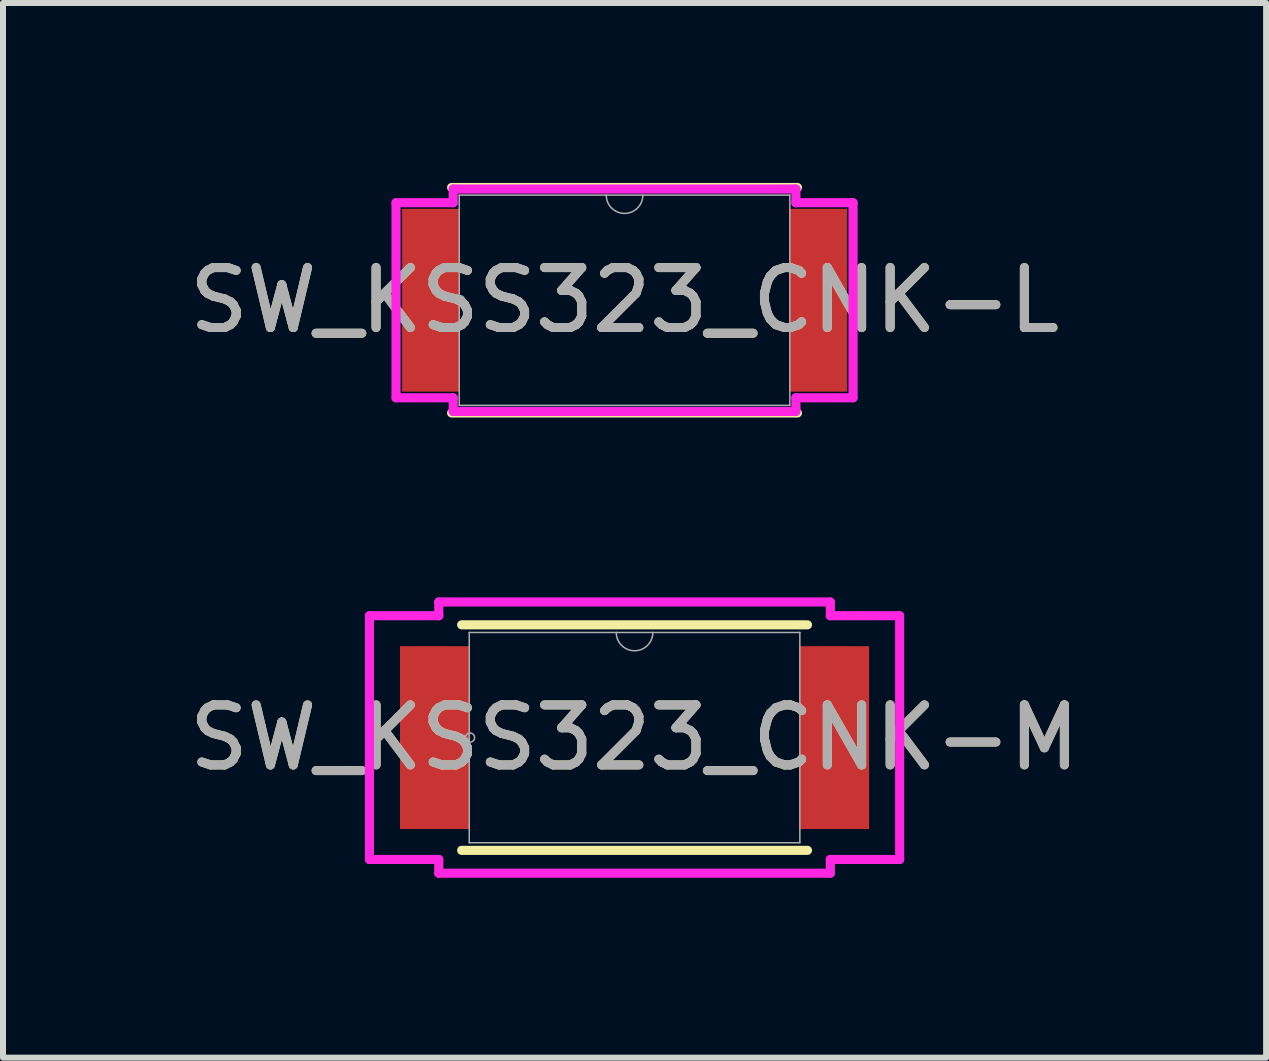
<source format=kicad_pcb>
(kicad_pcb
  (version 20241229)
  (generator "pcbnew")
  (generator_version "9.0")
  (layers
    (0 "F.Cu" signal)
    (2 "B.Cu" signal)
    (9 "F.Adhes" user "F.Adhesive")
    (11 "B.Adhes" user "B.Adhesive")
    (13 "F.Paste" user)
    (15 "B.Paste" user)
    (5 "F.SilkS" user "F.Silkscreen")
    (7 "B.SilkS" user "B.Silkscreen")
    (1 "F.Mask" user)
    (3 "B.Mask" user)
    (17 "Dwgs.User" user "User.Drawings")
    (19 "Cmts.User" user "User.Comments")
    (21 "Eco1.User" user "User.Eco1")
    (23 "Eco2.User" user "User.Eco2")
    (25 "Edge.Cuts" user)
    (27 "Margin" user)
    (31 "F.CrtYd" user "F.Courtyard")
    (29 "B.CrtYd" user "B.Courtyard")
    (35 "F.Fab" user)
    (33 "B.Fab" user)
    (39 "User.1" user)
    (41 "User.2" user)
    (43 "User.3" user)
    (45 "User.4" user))
  (footprint "SW_KSS323_CNK-M"
    (layer "F.Cu")
    (at 7.53 9.248)
    (property "Reference" "SW_KSS323_CNK-M" (at 0 0 0) (unlocked yes) (layer "F.SilkS") (effects (font (size 1 1) (thickness 0.15))))
    (attr smd)
    (fp_line (start -2.883 1.88) (end 2.883 1.88) (stroke (width 0.152) (type solid)) (layer "F.SilkS"))
    (fp_line (start 2.883 -1.88) (end -2.883 -1.88) (stroke (width 0.152) (type solid)) (layer "F.SilkS"))
    (fp_line (start -4.42 -2.032) (end -3.264 -2.032) (stroke (width 0.152) (type solid)) (layer "F.CrtYd"))
    (fp_line (start -4.42 2.032) (end -4.42 -2.032) (stroke (width 0.152) (type solid)) (layer "F.CrtYd"))
    (fp_line (start -4.42 2.032) (end -3.264 2.032) (stroke (width 0.152) (type solid)) (layer "F.CrtYd"))
    (fp_line (start -3.264 -2.261) (end 3.264 -2.261) (stroke (width 0.152) (type solid)) (layer "F.CrtYd"))
    (fp_line (start -3.264 -2.032) (end -3.264 -2.261) (stroke (width 0.152) (type solid)) (layer "F.CrtYd"))
    (fp_line (start -3.264 2.261) (end -3.264 2.032) (stroke (width 0.152) (type solid)) (layer "F.CrtYd"))
    (fp_line (start 3.264 -2.261) (end 3.264 -2.032) (stroke (width 0.152) (type solid)) (layer "F.CrtYd"))
    (fp_line (start 3.264 2.032) (end 3.264 2.261) (stroke (width 0.152) (type solid)) (layer "F.CrtYd"))
    (fp_line (start 3.264 2.261) (end -3.264 2.261) (stroke (width 0.152) (type solid)) (layer "F.CrtYd"))
    (fp_line (start 4.42 -2.032) (end 3.264 -2.032) (stroke (width 0.152) (type solid)) (layer "F.CrtYd"))
    (fp_line (start 4.42 -2.032) (end 4.42 2.032) (stroke (width 0.152) (type solid)) (layer "F.CrtYd"))
    (fp_line (start 4.42 2.032) (end 3.264 2.032) (stroke (width 0.152) (type solid)) (layer "F.CrtYd"))
    (fp_line (start -2.756 -1.753) (end -2.756 1.753) (stroke (width 0.025) (type solid)) (layer "F.Fab"))
    (fp_line (start -2.756 1.753) (end 2.756 1.753) (stroke (width 0.025) (type solid)) (layer "F.Fab"))
    (fp_line (start 2.756 -1.753) (end -2.756 -1.753) (stroke (width 0.025) (type solid)) (layer "F.Fab"))
    (fp_line (start 2.756 1.753) (end 2.756 -1.753) (stroke (width 0.025) (type solid)) (layer "F.Fab"))
    (fp_arc (start 0.3048 -1.7526) (mid 0 -1.4478) (end -0.3048 -1.7526) (stroke (width 0.0254) (type solid)) (layer "F.Fab"))
    (fp_circle (center -2.743 0) (end -2.667 0) (stroke (width 0.025) (type solid)) (fill no) (layer "F.Fab"))
    (fp_text user "${REFERENCE}" (at 0 0 0) (unlocked yes) (layer "F.Fab") (effects (font (size 1 1) (thickness 0.15))))
    (pad "1" smd rect (at -3.327 0) (size 1.168 3.048) (layers "F.Cu" "F.Mask" "F.Paste"))
    (pad "2" smd rect (at 3.327 0) (size 1.168 3.048) (layers "F.Cu" "F.Mask" "F.Paste")))
  (footprint "SW_KSS323_CNK-L"
    (layer "F.Cu")
    (at 7.363 1.956)
    (property "Reference" "SW_KSS323_CNK-L" (at 0 0 0) (unlocked yes) (layer "F.SilkS") (effects (font (size 1 1) (thickness 0.15))))
    (attr smd)
    (fp_line (start -2.883 1.88) (end 2.883 1.88) (stroke (width 0.152) (type solid)) (layer "F.SilkS"))
    (fp_line (start 2.883 -1.88) (end -2.883 -1.88) (stroke (width 0.152) (type solid)) (layer "F.SilkS"))
    (fp_line (start -3.81 -1.626) (end -2.857 -1.626) (stroke (width 0.152) (type solid)) (layer "F.CrtYd"))
    (fp_line (start -3.81 1.626) (end -3.81 -1.626) (stroke (width 0.152) (type solid)) (layer "F.CrtYd"))
    (fp_line (start -3.81 1.626) (end -2.857 1.626) (stroke (width 0.152) (type solid)) (layer "F.CrtYd"))
    (fp_line (start -2.857 -1.854) (end 2.857 -1.854) (stroke (width 0.152) (type solid)) (layer "F.CrtYd"))
    (fp_line (start -2.857 -1.626) (end -2.857 -1.854) (stroke (width 0.152) (type solid)) (layer "F.CrtYd"))
    (fp_line (start -2.857 1.854) (end -2.857 1.626) (stroke (width 0.152) (type solid)) (layer "F.CrtYd"))
    (fp_line (start 2.857 -1.854) (end 2.857 -1.626) (stroke (width 0.152) (type solid)) (layer "F.CrtYd"))
    (fp_line (start 2.857 1.626) (end 2.857 1.854) (stroke (width 0.152) (type solid)) (layer "F.CrtYd"))
    (fp_line (start 2.857 1.854) (end -2.857 1.854) (stroke (width 0.152) (type solid)) (layer "F.CrtYd"))
    (fp_line (start 3.81 -1.626) (end 2.857 -1.626) (stroke (width 0.152) (type solid)) (layer "F.CrtYd"))
    (fp_line (start 3.81 -1.626) (end 3.81 1.626) (stroke (width 0.152) (type solid)) (layer "F.CrtYd"))
    (fp_line (start 3.81 1.626) (end 2.857 1.626) (stroke (width 0.152) (type solid)) (layer "F.CrtYd"))
    (fp_line (start -2.756 -1.753) (end -2.756 1.753) (stroke (width 0.025) (type solid)) (layer "F.Fab"))
    (fp_line (start -2.756 1.753) (end 2.756 1.753) (stroke (width 0.025) (type solid)) (layer "F.Fab"))
    (fp_line (start 2.756 -1.753) (end -2.756 -1.753) (stroke (width 0.025) (type solid)) (layer "F.Fab"))
    (fp_line (start 2.756 1.753) (end 2.756 -1.753) (stroke (width 0.025) (type solid)) (layer "F.Fab"))
    (fp_arc (start 0.3048 -1.7526) (mid 0 -1.4478) (end -0.3048 -1.7526) (stroke (width 0.0254) (type solid)) (layer "F.Fab"))
    (fp_circle (center -2.743 0) (end -2.667 0) (stroke (width 0.025) (type solid)) (fill no) (layer "F.Fab"))
    (fp_text user "${REFERENCE}" (at 0 0 0) (unlocked yes) (layer "F.Fab") (effects (font (size 1 1) (thickness 0.15))))
    (pad "1" smd rect (at -3.226 0) (size 0.965 3.048) (layers "F.Cu" "F.Mask" "F.Paste"))
    (pad "2" smd rect (at 3.226 0) (size 0.965 3.048) (layers "F.Cu" "F.Mask" "F.Paste")))
  (gr_rect
    (start -3 -3)
    (end 18.06 14.585)
    (stroke (width 0.1) (type default))
    (fill no)
    (layer "Edge.Cuts")))
</source>
